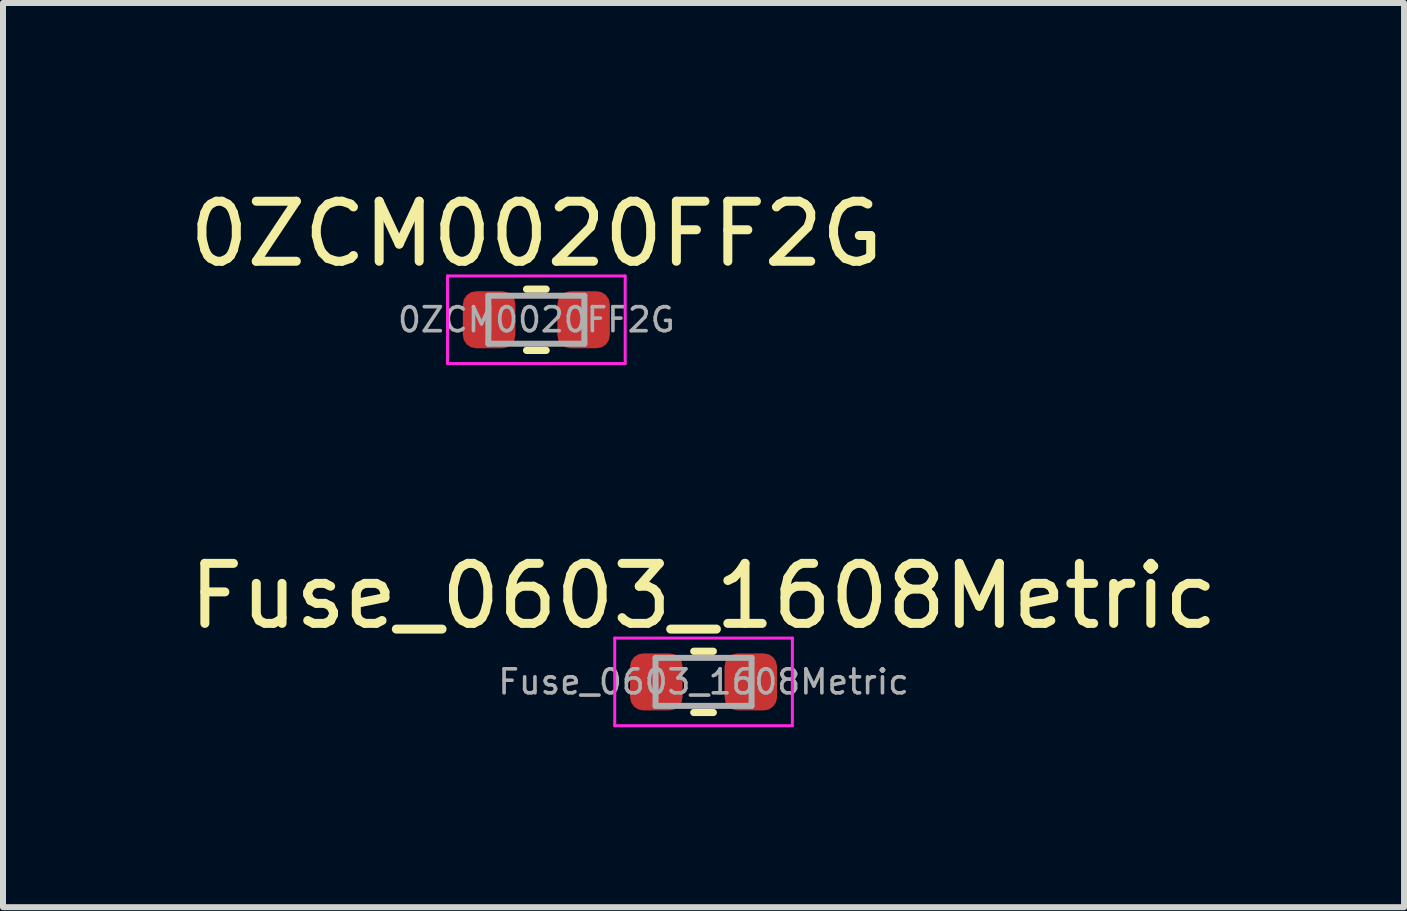
<source format=kicad_pcb>
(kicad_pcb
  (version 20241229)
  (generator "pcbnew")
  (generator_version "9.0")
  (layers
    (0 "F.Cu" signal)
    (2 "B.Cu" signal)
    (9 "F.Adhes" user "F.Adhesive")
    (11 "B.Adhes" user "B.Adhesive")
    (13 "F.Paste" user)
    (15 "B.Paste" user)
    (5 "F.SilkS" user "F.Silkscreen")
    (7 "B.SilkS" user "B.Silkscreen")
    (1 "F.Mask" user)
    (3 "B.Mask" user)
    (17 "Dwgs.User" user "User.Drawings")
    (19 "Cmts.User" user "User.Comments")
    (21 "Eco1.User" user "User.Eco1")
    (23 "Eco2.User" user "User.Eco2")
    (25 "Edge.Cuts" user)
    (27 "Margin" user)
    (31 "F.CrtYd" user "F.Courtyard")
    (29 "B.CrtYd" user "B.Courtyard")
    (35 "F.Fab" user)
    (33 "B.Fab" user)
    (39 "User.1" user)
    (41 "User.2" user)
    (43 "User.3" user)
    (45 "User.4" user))
  (footprint "Fuse_0603_1608Metric"
    (layer "F.Cu")
    (at 8.673 8.312)
    (property "Reference" "Fuse_0603_1608Metric" (at 0 -1.43 0) (layer "F.SilkS") (effects (font (size 1 1) (thickness 0.15))))
    (attr smd)
    (fp_line (start -0.163 -0.51) (end 0.163 -0.51) (stroke (width 0.12) (type solid)) (layer "F.SilkS"))
    (fp_line (start -0.163 0.51) (end 0.163 0.51) (stroke (width 0.12) (type solid)) (layer "F.SilkS"))
    (fp_line (start -1.48 -0.73) (end 1.48 -0.73) (stroke (width 0.05) (type solid)) (layer "F.CrtYd"))
    (fp_line (start -1.48 0.73) (end -1.48 -0.73) (stroke (width 0.05) (type solid)) (layer "F.CrtYd"))
    (fp_line (start 1.48 -0.73) (end 1.48 0.73) (stroke (width 0.05) (type solid)) (layer "F.CrtYd"))
    (fp_line (start 1.48 0.73) (end -1.48 0.73) (stroke (width 0.05) (type solid)) (layer "F.CrtYd"))
    (fp_line (start -0.8 -0.4) (end 0.8 -0.4) (stroke (width 0.1) (type solid)) (layer "F.Fab"))
    (fp_line (start -0.8 0.4) (end -0.8 -0.4) (stroke (width 0.1) (type solid)) (layer "F.Fab"))
    (fp_line (start 0.8 -0.4) (end 0.8 0.4) (stroke (width 0.1) (type solid)) (layer "F.Fab"))
    (fp_line (start 0.8 0.4) (end -0.8 0.4) (stroke (width 0.1) (type solid)) (layer "F.Fab"))
    (fp_text user "${REFERENCE}" (at 0 0 0) (layer "F.Fab") (effects (font (size 0.4 0.4) (thickness 0.06))))
    (pad "1" smd roundrect (at -0.787 0) (size 0.875 0.95) (layers "F.Cu" "F.Mask" "F.Paste") (roundrect_rratio 0.25))
    (pad "2" smd roundrect (at 0.787 0) (size 0.875 0.95) (layers "F.Cu" "F.Mask" "F.Paste") (roundrect_rratio 0.25)))
  (footprint "0ZCM0020FF2G"
    (layer "F.Cu")
    (at 5.887 2.278)
    (property "Reference" "0ZCM0020FF2G" (at 0 -1.43 0) (layer "F.SilkS") (effects (font (size 1 1) (thickness 0.15))))
    (attr smd)
    (fp_line (start -0.163 -0.51) (end 0.163 -0.51) (stroke (width 0.12) (type solid)) (layer "F.SilkS"))
    (fp_line (start -0.163 0.51) (end 0.163 0.51) (stroke (width 0.12) (type solid)) (layer "F.SilkS"))
    (fp_line (start -1.48 -0.73) (end 1.48 -0.73) (stroke (width 0.05) (type solid)) (layer "F.CrtYd"))
    (fp_line (start -1.48 0.73) (end -1.48 -0.73) (stroke (width 0.05) (type solid)) (layer "F.CrtYd"))
    (fp_line (start 1.48 -0.73) (end 1.48 0.73) (stroke (width 0.05) (type solid)) (layer "F.CrtYd"))
    (fp_line (start 1.48 0.73) (end -1.48 0.73) (stroke (width 0.05) (type solid)) (layer "F.CrtYd"))
    (fp_line (start -0.8 -0.4) (end 0.8 -0.4) (stroke (width 0.1) (type solid)) (layer "F.Fab"))
    (fp_line (start -0.8 0.4) (end -0.8 -0.4) (stroke (width 0.1) (type solid)) (layer "F.Fab"))
    (fp_line (start 0.8 -0.4) (end 0.8 0.4) (stroke (width 0.1) (type solid)) (layer "F.Fab"))
    (fp_line (start 0.8 0.4) (end -0.8 0.4) (stroke (width 0.1) (type solid)) (layer "F.Fab"))
    (fp_text user "${REFERENCE}" (at 0 0 0) (layer "F.Fab") (effects (font (size 0.4 0.4) (thickness 0.06))))
    (pad "1" smd roundrect (at -0.787 0) (size 0.875 0.95) (layers "F.Cu" "F.Mask" "F.Paste") (roundrect_rratio 0.25))
    (pad "2" smd roundrect (at 0.787 0) (size 0.875 0.95) (layers "F.Cu" "F.Mask" "F.Paste") (roundrect_rratio 0.25)))
  (gr_rect
    (start -3 -3)
    (end 20.345 12.066)
    (stroke (width 0.1) (type default))
    (fill no)
    (layer "Edge.Cuts")))
</source>
